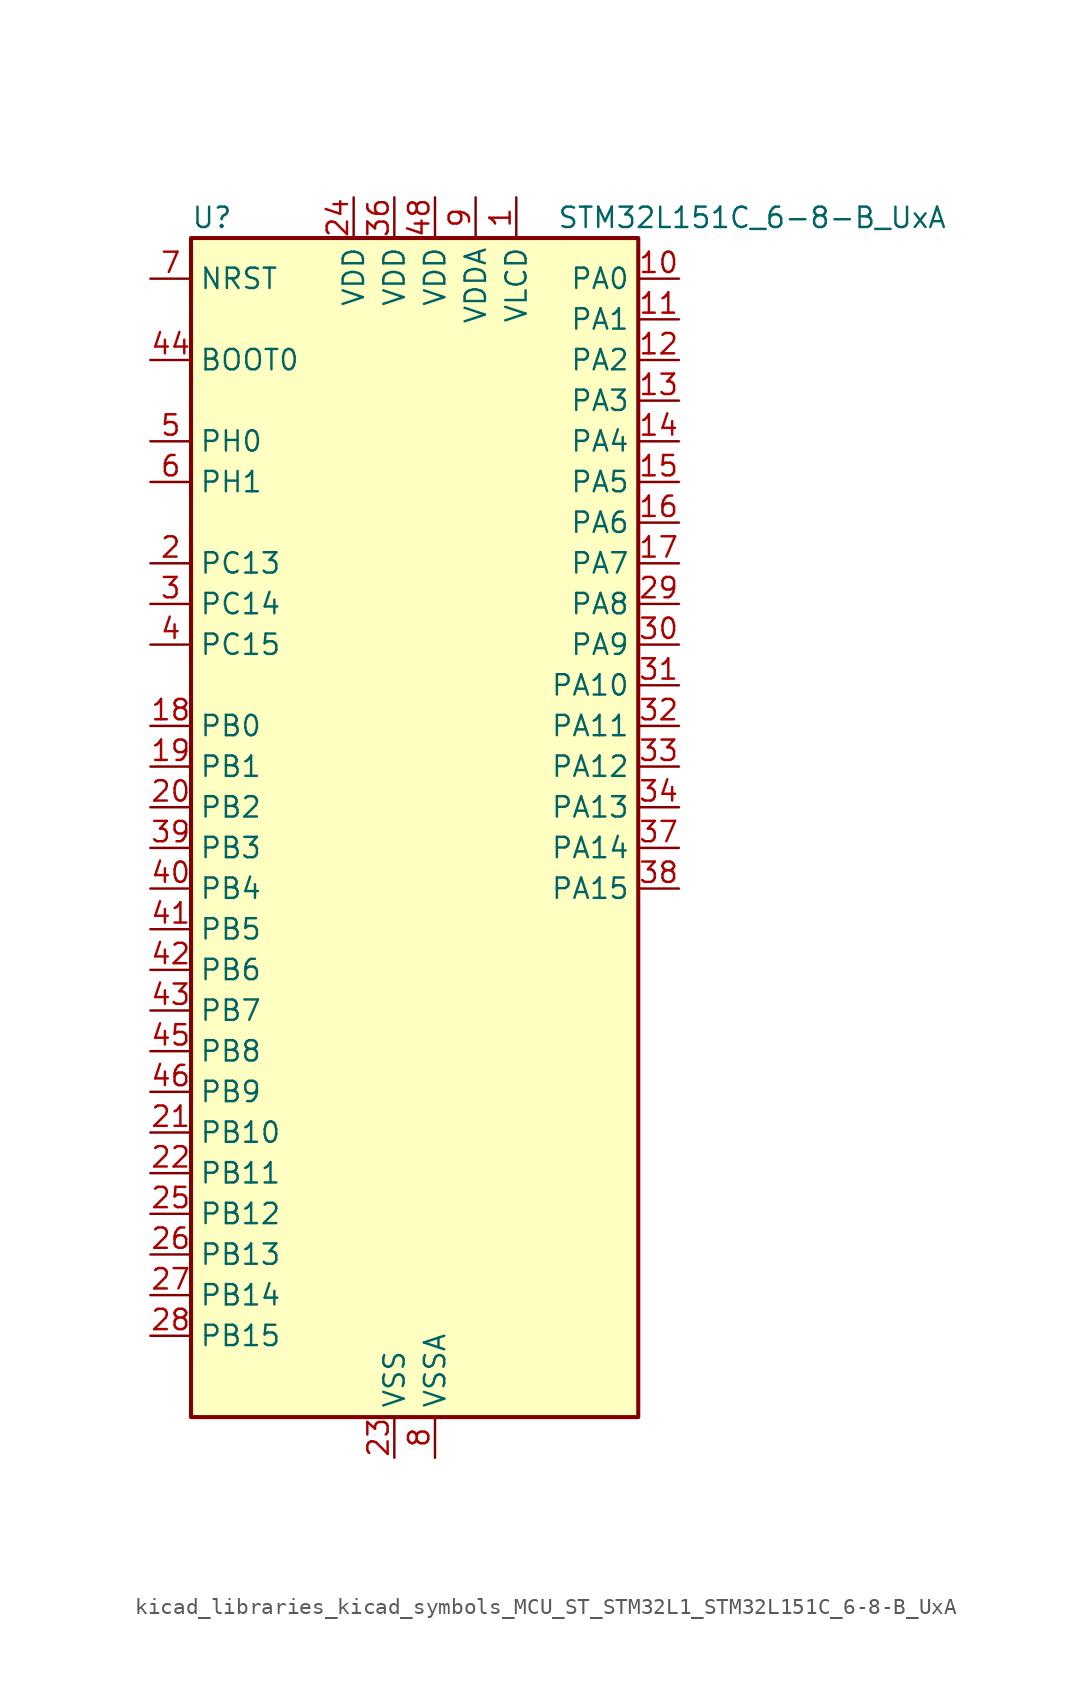
<source format=kicad_sym>
(kicad_symbol_lib
  (version 20220914)
  (generator kicad_symbol_editor)
  (symbol "kicad_libraries_kicad_symbols_MCU_ST_STM32L1_STM32L151C_6-8-B_UxA"
    (property "Reference" "U"
      (at -12.7 39.37 0)
      (effects (font (size 1.27 1.27)) (justify left)))
    (property "Value" "STM32L151C_6-8-B_UxA"
      (at 10.16 39.37 0)
      (effects (font (size 1.27 1.27)) (justify left)))
    (property "ki_locked" ""
      (at 0 0 0)
      (effects (font (size 1.27 1.27))))
    (symbol "kicad_libraries_kicad_symbols_MCU_ST_STM32L1_STM32L151C_6-8-B_UxA_0_1"
      (rectangle (start -12.7 -35.56) (end 15.24 38.1) (stroke (width 0.254) (type default)) (fill (type background))))
    (symbol "kicad_libraries_kicad_symbols_MCU_ST_STM32L1_STM32L151C_6-8-B_UxA_1_1"
      (pin power_in line (at 7.62 40.64 270) (length 2.54) (name "VLCD" (effects (font (size 1.27 1.27)))) (number "1" (effects (font (size 1.27 1.27)))))
      (pin bidirectional line (at 17.78 35.56 180) (length 2.54) (name "PA0" (effects (font (size 1.27 1.27)))) (number "10" (effects (font (size 1.27 1.27)))) (alternate "ADC_IN0" bidirectional line) (alternate "COMP1_INP" bidirectional line) (alternate "RTC_TAMP2" bidirectional line) (alternate "SYS_WKUP1" bidirectional line) (alternate "TIM2_CH1" bidirectional line) (alternate "TIM2_ETR" bidirectional line) (alternate "TIMX_IC1" bidirectional line) (alternate "TS_G1_IO1" bidirectional line) (alternate "USART2_CTS" bidirectional line))
      (pin bidirectional line (at 17.78 33.02 180) (length 2.54) (name "PA1" (effects (font (size 1.27 1.27)))) (number "11" (effects (font (size 1.27 1.27)))) (alternate "ADC_IN1" bidirectional line) (alternate "COMP1_INP" bidirectional line) (alternate "TIM2_CH2" bidirectional line) (alternate "TIMX_IC2" bidirectional line) (alternate "TS_G1_IO2" bidirectional line) (alternate "USART2_RTS" bidirectional line))
      (pin bidirectional line (at 17.78 30.48 180) (length 2.54) (name "PA2" (effects (font (size 1.27 1.27)))) (number "12" (effects (font (size 1.27 1.27)))) (alternate "ADC_IN2" bidirectional line) (alternate "COMP1_INP" bidirectional line) (alternate "TIM2_CH3" bidirectional line) (alternate "TIM9_CH1" bidirectional line) (alternate "TIMX_IC3" bidirectional line) (alternate "TS_G1_IO3" bidirectional line) (alternate "USART2_TX" bidirectional line))
      (pin bidirectional line (at 17.78 27.94 180) (length 2.54) (name "PA3" (effects (font (size 1.27 1.27)))) (number "13" (effects (font (size 1.27 1.27)))) (alternate "ADC_IN3" bidirectional line) (alternate "COMP1_INP" bidirectional line) (alternate "TIM2_CH4" bidirectional line) (alternate "TIM9_CH2" bidirectional line) (alternate "TIMX_IC4" bidirectional line) (alternate "TS_G1_IO4" bidirectional line) (alternate "USART2_RX" bidirectional line))
      (pin bidirectional line (at 17.78 25.4 180) (length 2.54) (name "PA4" (effects (font (size 1.27 1.27)))) (number "14" (effects (font (size 1.27 1.27)))) (alternate "ADC_IN4" bidirectional line) (alternate "COMP1_INP" bidirectional line) (alternate "DAC_OUT1" bidirectional line) (alternate "SPI1_NSS" bidirectional line) (alternate "TIMX_IC1" bidirectional line) (alternate "USART2_CK" bidirectional line))
      (pin bidirectional line (at 17.78 22.86 180) (length 2.54) (name "PA5" (effects (font (size 1.27 1.27)))) (number "15" (effects (font (size 1.27 1.27)))) (alternate "ADC_IN5" bidirectional line) (alternate "COMP1_INP" bidirectional line) (alternate "DAC_OUT2" bidirectional line) (alternate "SPI1_SCK" bidirectional line) (alternate "TIM2_CH1" bidirectional line) (alternate "TIM2_ETR" bidirectional line) (alternate "TIMX_IC2" bidirectional line))
      (pin bidirectional line (at 17.78 20.32 180) (length 2.54) (name "PA6" (effects (font (size 1.27 1.27)))) (number "16" (effects (font (size 1.27 1.27)))) (alternate "ADC_IN6" bidirectional line) (alternate "COMP1_INP" bidirectional line) (alternate "SPI1_MISO" bidirectional line) (alternate "TIM10_CH1" bidirectional line) (alternate "TIM3_CH1" bidirectional line) (alternate "TIMX_IC3" bidirectional line) (alternate "TS_G2_IO1" bidirectional line))
      (pin bidirectional line (at 17.78 17.78 180) (length 2.54) (name "PA7" (effects (font (size 1.27 1.27)))) (number "17" (effects (font (size 1.27 1.27)))) (alternate "ADC_IN7" bidirectional line) (alternate "COMP1_INP" bidirectional line) (alternate "SPI1_MOSI" bidirectional line) (alternate "TIM11_CH1" bidirectional line) (alternate "TIM3_CH2" bidirectional line) (alternate "TIMX_IC4" bidirectional line) (alternate "TS_G2_IO2" bidirectional line))
      (pin bidirectional line (at -15.24 7.62 0) (length 2.54) (name "PB0" (effects (font (size 1.27 1.27)))) (number "18" (effects (font (size 1.27 1.27)))) (alternate "ADC_IN8" bidirectional line) (alternate "COMP1_INP" bidirectional line) (alternate "SYS_V_REF_OUT" bidirectional line) (alternate "TIM3_CH3" bidirectional line) (alternate "TS_G3_IO1" bidirectional line))
      (pin bidirectional line (at -15.24 5.08 0) (length 2.54) (name "PB1" (effects (font (size 1.27 1.27)))) (number "19" (effects (font (size 1.27 1.27)))) (alternate "ADC_IN9" bidirectional line) (alternate "COMP1_INP" bidirectional line) (alternate "SYS_V_REF_OUT" bidirectional line) (alternate "TIM3_CH4" bidirectional line) (alternate "TS_G3_IO2" bidirectional line))
      (pin bidirectional line (at -15.24 17.78 0) (length 2.54) (name "PC13" (effects (font (size 1.27 1.27)))) (number "2" (effects (font (size 1.27 1.27)))) (alternate "RTC_OUT_ALARM" bidirectional line) (alternate "RTC_OUT_CALIB" bidirectional line) (alternate "RTC_TAMP1" bidirectional line) (alternate "RTC_TS" bidirectional line) (alternate "SYS_WKUP2" bidirectional line) (alternate "TIMX_IC2" bidirectional line))
      (pin bidirectional line (at -15.24 2.54 0) (length 2.54) (name "PB2" (effects (font (size 1.27 1.27)))) (number "20" (effects (font (size 1.27 1.27)))) (alternate "TS_G3_IO3" bidirectional line))
      (pin bidirectional line (at -15.24 -17.78 0) (length 2.54) (name "PB10" (effects (font (size 1.27 1.27)))) (number "21" (effects (font (size 1.27 1.27)))) (alternate "I2C2_SCL" bidirectional line) (alternate "TIM2_CH3" bidirectional line) (alternate "USART3_TX" bidirectional line))
      (pin bidirectional line (at -15.24 -20.32 0) (length 2.54) (name "PB11" (effects (font (size 1.27 1.27)))) (number "22" (effects (font (size 1.27 1.27)))) (alternate "ADC_EXTI11" bidirectional line) (alternate "I2C2_SDA" bidirectional line) (alternate "TIM2_CH4" bidirectional line) (alternate "USART3_RX" bidirectional line))
      (pin power_in line (at 0 -38.1 90) (length 2.54) (name "VSS" (effects (font (size 1.27 1.27)))) (number "23" (effects (font (size 1.27 1.27)))))
      (pin power_in line (at -2.54 40.64 270) (length 2.54) (name "VDD" (effects (font (size 1.27 1.27)))) (number "24" (effects (font (size 1.27 1.27)))))
      (pin bidirectional line (at -15.24 -22.86 0) (length 2.54) (name "PB12" (effects (font (size 1.27 1.27)))) (number "25" (effects (font (size 1.27 1.27)))) (alternate "ADC_IN18" bidirectional line) (alternate "COMP1_INP" bidirectional line) (alternate "I2C2_SMBA" bidirectional line) (alternate "SPI2_NSS" bidirectional line) (alternate "TIM10_CH1" bidirectional line) (alternate "TS_G7_IO1" bidirectional line) (alternate "USART3_CK" bidirectional line))
      (pin bidirectional line (at -15.24 -25.4 0) (length 2.54) (name "PB13" (effects (font (size 1.27 1.27)))) (number "26" (effects (font (size 1.27 1.27)))) (alternate "ADC_IN19" bidirectional line) (alternate "COMP1_INP" bidirectional line) (alternate "SPI2_SCK" bidirectional line) (alternate "TIM9_CH1" bidirectional line) (alternate "TS_G7_IO2" bidirectional line) (alternate "USART3_CTS" bidirectional line))
      (pin bidirectional line (at -15.24 -27.94 0) (length 2.54) (name "PB14" (effects (font (size 1.27 1.27)))) (number "27" (effects (font (size 1.27 1.27)))) (alternate "ADC_IN20" bidirectional line) (alternate "COMP1_INP" bidirectional line) (alternate "SPI2_MISO" bidirectional line) (alternate "TIM9_CH2" bidirectional line) (alternate "TS_G7_IO3" bidirectional line) (alternate "USART3_RTS" bidirectional line))
      (pin bidirectional line (at -15.24 -30.48 0) (length 2.54) (name "PB15" (effects (font (size 1.27 1.27)))) (number "28" (effects (font (size 1.27 1.27)))) (alternate "ADC_EXTI15" bidirectional line) (alternate "ADC_IN21" bidirectional line) (alternate "COMP1_INP" bidirectional line) (alternate "RTC_REFIN" bidirectional line) (alternate "SPI2_MOSI" bidirectional line) (alternate "TIM11_CH1" bidirectional line) (alternate "TS_G7_IO4" bidirectional line))
      (pin bidirectional line (at 17.78 15.24 180) (length 2.54) (name "PA8" (effects (font (size 1.27 1.27)))) (number "29" (effects (font (size 1.27 1.27)))) (alternate "RCC_MCO" bidirectional line) (alternate "TIMX_IC1" bidirectional line) (alternate "TS_G4_IO1" bidirectional line) (alternate "USART1_CK" bidirectional line))
      (pin bidirectional line (at -15.24 15.24 0) (length 2.54) (name "PC14" (effects (font (size 1.27 1.27)))) (number "3" (effects (font (size 1.27 1.27)))) (alternate "RCC_OSC32_IN" bidirectional line) (alternate "TIMX_IC3" bidirectional line))
      (pin bidirectional line (at 17.78 12.7 180) (length 2.54) (name "PA9" (effects (font (size 1.27 1.27)))) (number "30" (effects (font (size 1.27 1.27)))) (alternate "DAC_EXTI9" bidirectional line) (alternate "TIMX_IC2" bidirectional line) (alternate "TS_G4_IO2" bidirectional line) (alternate "USART1_TX" bidirectional line))
      (pin bidirectional line (at 17.78 10.16 180) (length 2.54) (name "PA10" (effects (font (size 1.27 1.27)))) (number "31" (effects (font (size 1.27 1.27)))) (alternate "TIMX_IC3" bidirectional line) (alternate "TS_G4_IO3" bidirectional line) (alternate "USART1_RX" bidirectional line))
      (pin bidirectional line (at 17.78 7.62 180) (length 2.54) (name "PA11" (effects (font (size 1.27 1.27)))) (number "32" (effects (font (size 1.27 1.27)))) (alternate "ADC_EXTI11" bidirectional line) (alternate "SPI1_MISO" bidirectional line) (alternate "TIMX_IC4" bidirectional line) (alternate "USART1_CTS" bidirectional line) (alternate "USB_DM" bidirectional line))
      (pin bidirectional line (at 17.78 5.08 180) (length 2.54) (name "PA12" (effects (font (size 1.27 1.27)))) (number "33" (effects (font (size 1.27 1.27)))) (alternate "SPI1_MOSI" bidirectional line) (alternate "TIMX_IC1" bidirectional line) (alternate "USART1_RTS" bidirectional line) (alternate "USB_DP" bidirectional line))
      (pin bidirectional line (at 17.78 2.54 180) (length 2.54) (name "PA13" (effects (font (size 1.27 1.27)))) (number "34" (effects (font (size 1.27 1.27)))) (alternate "SYS_JTMS-SWDIO" bidirectional line) (alternate "TIMX_IC2" bidirectional line) (alternate "TS_G5_IO1" bidirectional line))
      (pin passive line (at 0 -38.1 90) (length 2.54) hide (name "VSS" (effects (font (size 1.27 1.27)))) (number "35" (effects (font (size 1.27 1.27)))))
      (pin power_in line (at 0 40.64 270) (length 2.54) (name "VDD" (effects (font (size 1.27 1.27)))) (number "36" (effects (font (size 1.27 1.27)))))
      (pin bidirectional line (at 17.78 0 180) (length 2.54) (name "PA14" (effects (font (size 1.27 1.27)))) (number "37" (effects (font (size 1.27 1.27)))) (alternate "SYS_JTCK-SWCLK" bidirectional line) (alternate "TIMX_IC3" bidirectional line) (alternate "TS_G5_IO2" bidirectional line))
      (pin bidirectional line (at 17.78 -2.54 180) (length 2.54) (name "PA15" (effects (font (size 1.27 1.27)))) (number "38" (effects (font (size 1.27 1.27)))) (alternate "ADC_EXTI15" bidirectional line) (alternate "SPI1_NSS" bidirectional line) (alternate "SYS_JTDI" bidirectional line) (alternate "TIM2_CH1" bidirectional line) (alternate "TIM2_ETR" bidirectional line) (alternate "TIMX_IC4" bidirectional line) (alternate "TS_G5_IO3" bidirectional line))
      (pin bidirectional line (at -15.24 0 0) (length 2.54) (name "PB3" (effects (font (size 1.27 1.27)))) (number "39" (effects (font (size 1.27 1.27)))) (alternate "COMP2_INM" bidirectional line) (alternate "SPI1_SCK" bidirectional line) (alternate "SYS_JTDO-TRACESWO" bidirectional line) (alternate "TIM2_CH2" bidirectional line))
      (pin bidirectional line (at -15.24 12.7 0) (length 2.54) (name "PC15" (effects (font (size 1.27 1.27)))) (number "4" (effects (font (size 1.27 1.27)))) (alternate "ADC_EXTI15" bidirectional line) (alternate "RCC_OSC32_OUT" bidirectional line) (alternate "TIMX_IC4" bidirectional line))
      (pin bidirectional line (at -15.24 -2.54 0) (length 2.54) (name "PB4" (effects (font (size 1.27 1.27)))) (number "40" (effects (font (size 1.27 1.27)))) (alternate "COMP2_INP" bidirectional line) (alternate "SPI1_MISO" bidirectional line) (alternate "SYS_JTRST" bidirectional line) (alternate "TIM3_CH1" bidirectional line) (alternate "TS_G6_IO1" bidirectional line))
      (pin bidirectional line (at -15.24 -5.08 0) (length 2.54) (name "PB5" (effects (font (size 1.27 1.27)))) (number "41" (effects (font (size 1.27 1.27)))) (alternate "COMP2_INP" bidirectional line) (alternate "I2C1_SMBA" bidirectional line) (alternate "SPI1_MOSI" bidirectional line) (alternate "TIM3_CH2" bidirectional line) (alternate "TS_G6_IO2" bidirectional line))
      (pin bidirectional line (at -15.24 -7.62 0) (length 2.54) (name "PB6" (effects (font (size 1.27 1.27)))) (number "42" (effects (font (size 1.27 1.27)))) (alternate "I2C1_SCL" bidirectional line) (alternate "TIM4_CH1" bidirectional line) (alternate "TS_G6_IO3" bidirectional line) (alternate "USART1_TX" bidirectional line))
      (pin bidirectional line (at -15.24 -10.16 0) (length 2.54) (name "PB7" (effects (font (size 1.27 1.27)))) (number "43" (effects (font (size 1.27 1.27)))) (alternate "I2C1_SDA" bidirectional line) (alternate "SYS_PVD_IN" bidirectional line) (alternate "TIM4_CH2" bidirectional line) (alternate "TS_G6_IO4" bidirectional line) (alternate "USART1_RX" bidirectional line))
      (pin input line (at -15.24 30.48 0) (length 2.54) (name "BOOT0" (effects (font (size 1.27 1.27)))) (number "44" (effects (font (size 1.27 1.27)))))
      (pin bidirectional line (at -15.24 -12.7 0) (length 2.54) (name "PB8" (effects (font (size 1.27 1.27)))) (number "45" (effects (font (size 1.27 1.27)))) (alternate "I2C1_SCL" bidirectional line) (alternate "TIM10_CH1" bidirectional line) (alternate "TIM4_CH3" bidirectional line))
      (pin bidirectional line (at -15.24 -15.24 0) (length 2.54) (name "PB9" (effects (font (size 1.27 1.27)))) (number "46" (effects (font (size 1.27 1.27)))) (alternate "DAC_EXTI9" bidirectional line) (alternate "I2C1_SDA" bidirectional line) (alternate "TIM11_CH1" bidirectional line) (alternate "TIM4_CH4" bidirectional line))
      (pin passive line (at 0 -38.1 90) (length 2.54) hide (name "VSS" (effects (font (size 1.27 1.27)))) (number "47" (effects (font (size 1.27 1.27)))))
      (pin power_in line (at 2.54 40.64 270) (length 2.54) (name "VDD" (effects (font (size 1.27 1.27)))) (number "48" (effects (font (size 1.27 1.27)))))
      (pin passive line (at 0 -38.1 90) (length 2.54) hide (name "VSS" (effects (font (size 1.27 1.27)))) (number "49" (effects (font (size 1.27 1.27)))))
      (pin bidirectional line (at -15.24 25.4 0) (length 2.54) (name "PH0" (effects (font (size 1.27 1.27)))) (number "5" (effects (font (size 1.27 1.27)))) (alternate "RCC_OSC_IN" bidirectional line))
      (pin bidirectional line (at -15.24 22.86 0) (length 2.54) (name "PH1" (effects (font (size 1.27 1.27)))) (number "6" (effects (font (size 1.27 1.27)))) (alternate "RCC_OSC_OUT" bidirectional line))
      (pin input line (at -15.24 35.56 0) (length 2.54) (name "NRST" (effects (font (size 1.27 1.27)))) (number "7" (effects (font (size 1.27 1.27)))))
      (pin power_in line (at 2.54 -38.1 90) (length 2.54) (name "VSSA" (effects (font (size 1.27 1.27)))) (number "8" (effects (font (size 1.27 1.27)))))
      (pin power_in line (at 5.08 40.64 270) (length 2.54) (name "VDDA" (effects (font (size 1.27 1.27)))) (number "9" (effects (font (size 1.27 1.27))))))))
</source>
